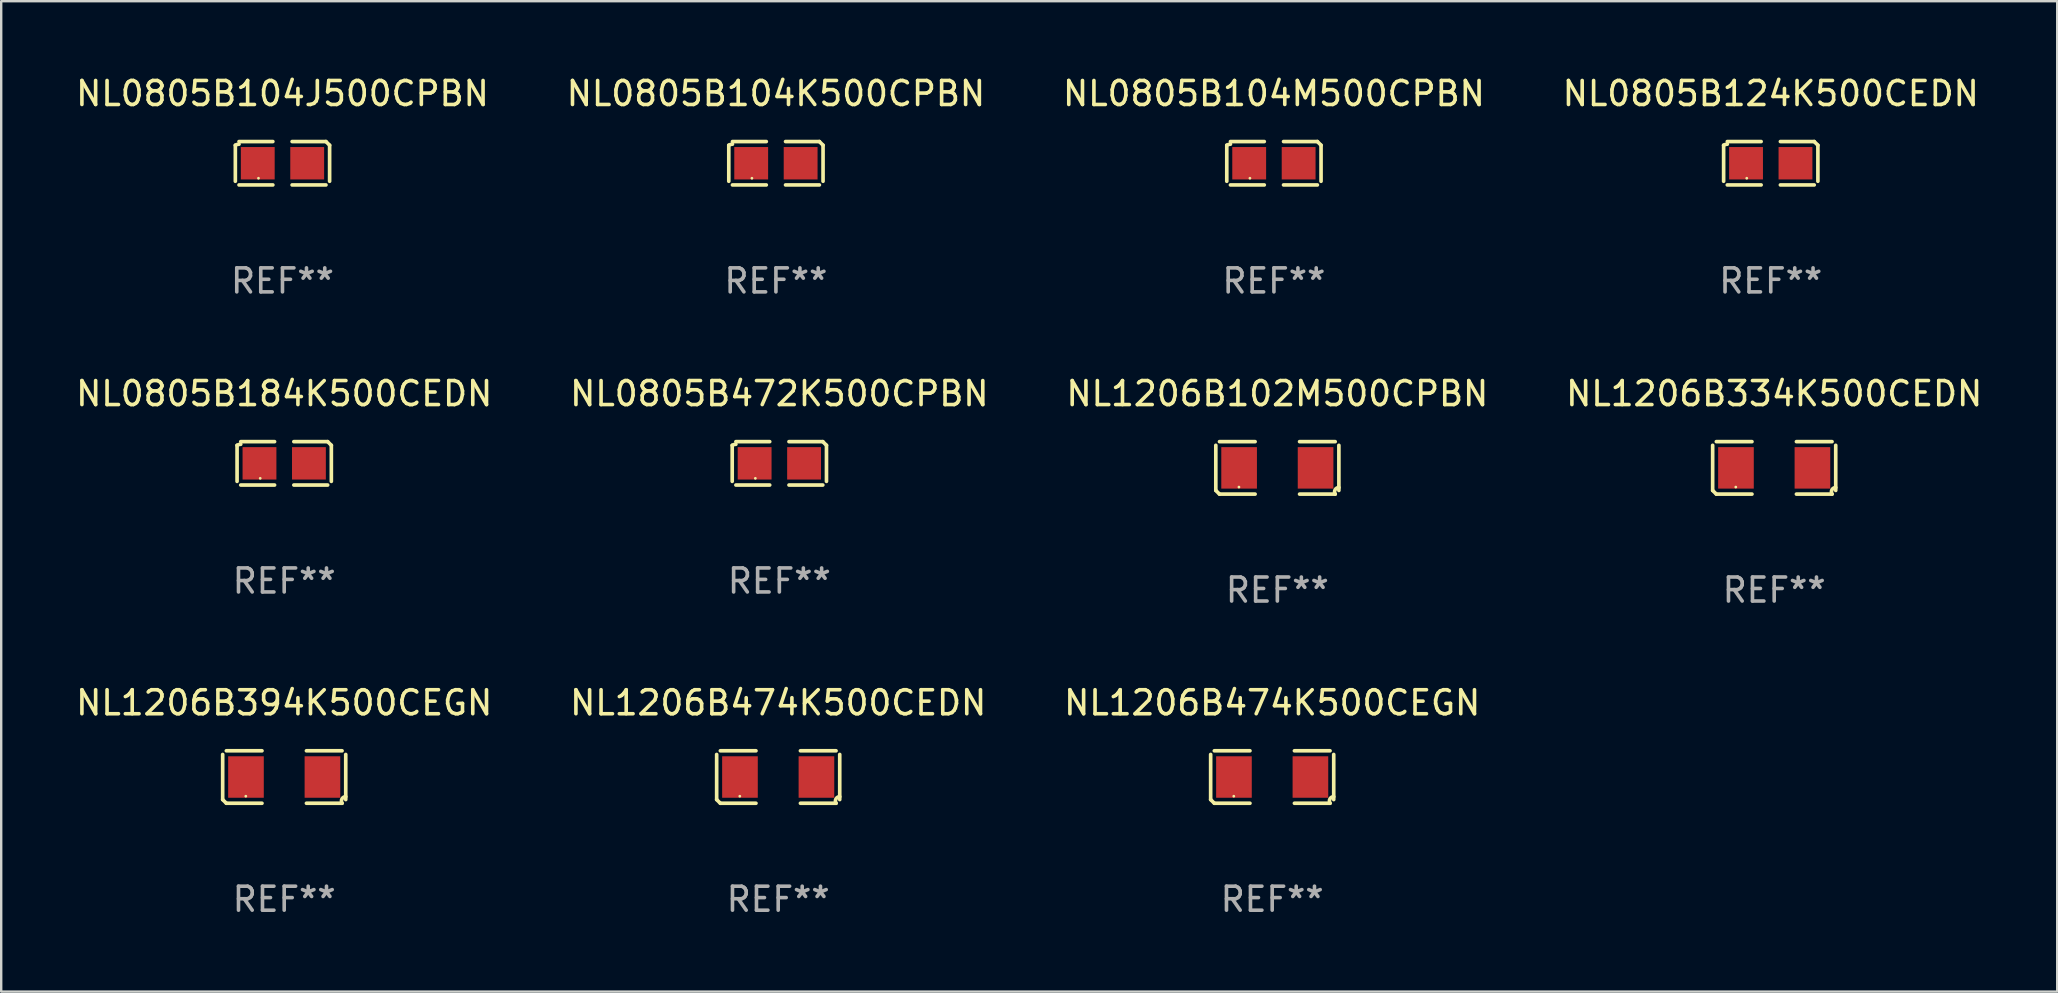
<source format=kicad_pcb>
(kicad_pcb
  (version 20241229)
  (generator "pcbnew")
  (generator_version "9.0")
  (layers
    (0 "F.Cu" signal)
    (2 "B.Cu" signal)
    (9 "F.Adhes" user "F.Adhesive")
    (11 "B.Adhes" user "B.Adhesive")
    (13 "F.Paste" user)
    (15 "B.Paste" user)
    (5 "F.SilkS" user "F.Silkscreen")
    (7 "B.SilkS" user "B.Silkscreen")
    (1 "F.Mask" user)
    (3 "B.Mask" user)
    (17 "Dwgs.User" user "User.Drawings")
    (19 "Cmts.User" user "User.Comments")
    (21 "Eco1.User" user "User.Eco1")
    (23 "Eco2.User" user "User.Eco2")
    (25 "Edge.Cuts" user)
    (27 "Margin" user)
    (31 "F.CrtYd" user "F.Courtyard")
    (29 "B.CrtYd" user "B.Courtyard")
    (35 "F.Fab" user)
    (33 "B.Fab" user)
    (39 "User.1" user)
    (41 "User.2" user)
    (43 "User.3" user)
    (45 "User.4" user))
  (footprint "NL0805B104M500CPBN"
    (layer "F.Cu")
    (at 50.03 3.752)
    (property "Reference" "NL0805B104M500CPBN" (at 0 -2.904 0) (layer "F.SilkS") (effects (font (size 1 1) (thickness 0.15))))
    (attr through_hole)
    (fp_line (start -1.964 0.751) (end -1.964 -0.751) (stroke (width 0.152) (type solid)) (layer "F.SilkS"))
    (fp_line (start -1.811 -0.904) (end -0.401 -0.904) (stroke (width 0.152) (type solid)) (layer "F.SilkS"))
    (fp_line (start -0.401 0.904) (end -1.811 0.904) (stroke (width 0.152) (type solid)) (layer "F.SilkS"))
    (fp_line (start 0.401 0.904) (end 1.811 0.904) (stroke (width 0.152) (type solid)) (layer "F.SilkS"))
    (fp_line (start 1.811 -0.904) (end 0.401 -0.904) (stroke (width 0.152) (type solid)) (layer "F.SilkS"))
    (fp_line (start 1.964 0.751) (end 1.964 -0.751) (stroke (width 0.152) (type solid)) (layer "F.SilkS"))
    (fp_arc (start -1.963602 -0.751207) (mid -1.890354 -0.783131) (end -1.811201 -0.794044) (stroke (width 0.1524) (type solid)) (layer "F.SilkS"))
    (fp_arc (start 1.811202 -0.903607) (mid 1.887413 -0.827418) (end 1.963602 -0.751207) (stroke (width 0.1524) (type solid)) (layer "F.SilkS"))
    (fp_circle (center -1 0.625) (end -0.97 0.625) (stroke (width 0.06) (type solid)) (fill no) (layer "F.SilkS"))
    (fp_text user "REF**" (at 0 4.904 0) (layer "F.Fab") (effects (font (size 1 1) (thickness 0.15))))
    (pad "1" smd rect (at -1.03 0) (size 1.41 1.35) (layers "F.Cu" "F.Mask" "F.Paste"))
    (pad "2" smd rect (at 1.03 0) (size 1.41 1.35) (layers "F.Cu" "F.Mask" "F.Paste")))
  (footprint "NL0805B124K500CEDN"
    (layer "F.Cu")
    (at 70.732 3.752)
    (property "Reference" "NL0805B124K500CEDN" (at 0 -2.904 0) (layer "F.SilkS") (effects (font (size 1 1) (thickness 0.15))))
    (attr through_hole)
    (fp_line (start -1.964 0.751) (end -1.964 -0.751) (stroke (width 0.152) (type solid)) (layer "F.SilkS"))
    (fp_line (start -1.811 -0.904) (end -0.401 -0.904) (stroke (width 0.152) (type solid)) (layer "F.SilkS"))
    (fp_line (start -0.401 0.904) (end -1.811 0.904) (stroke (width 0.152) (type solid)) (layer "F.SilkS"))
    (fp_line (start 0.401 0.904) (end 1.811 0.904) (stroke (width 0.152) (type solid)) (layer "F.SilkS"))
    (fp_line (start 1.811 -0.904) (end 0.401 -0.904) (stroke (width 0.152) (type solid)) (layer "F.SilkS"))
    (fp_line (start 1.964 0.751) (end 1.964 -0.751) (stroke (width 0.152) (type solid)) (layer "F.SilkS"))
    (fp_arc (start -1.963602 -0.751207) (mid -1.890354 -0.783131) (end -1.811201 -0.794044) (stroke (width 0.1524) (type solid)) (layer "F.SilkS"))
    (fp_arc (start 1.811202 -0.903607) (mid 1.887413 -0.827418) (end 1.963602 -0.751207) (stroke (width 0.1524) (type solid)) (layer "F.SilkS"))
    (fp_circle (center -1 0.625) (end -0.97 0.625) (stroke (width 0.06) (type solid)) (fill no) (layer "F.SilkS"))
    (fp_text user "REF**" (at 0 4.904 0) (layer "F.Fab") (effects (font (size 1 1) (thickness 0.15))))
    (pad "1" smd rect (at -1.03 0) (size 1.41 1.35) (layers "F.Cu" "F.Mask" "F.Paste"))
    (pad "2" smd rect (at 1.03 0) (size 1.41 1.35) (layers "F.Cu" "F.Mask" "F.Paste")))
  (footprint "NL1206B474K500CEDN"
    (layer "F.Cu")
    (at 29.375 29.326)
    (property "Reference" "NL1206B474K500CEDN" (at 0 -3.093 0) (layer "F.SilkS") (effects (font (size 1 1) (thickness 0.15))))
    (attr through_hole)
    (fp_line (start -2.564 0.94) (end -2.564 -0.94) (stroke (width 0.152) (type solid)) (layer "F.SilkS"))
    (fp_line (start -2.411 -1.093) (end -0.926 -1.093) (stroke (width 0.152) (type solid)) (layer "F.SilkS"))
    (fp_line (start -0.926 1.093) (end -2.411 1.093) (stroke (width 0.152) (type solid)) (layer "F.SilkS"))
    (fp_line (start 0.926 1.093) (end 2.411 1.093) (stroke (width 0.152) (type solid)) (layer "F.SilkS"))
    (fp_line (start 2.411 -1.093) (end 0.926 -1.093) (stroke (width 0.152) (type solid)) (layer "F.SilkS"))
    (fp_line (start 2.564 0.94) (end 2.564 -0.94) (stroke (width 0.152) (type solid)) (layer "F.SilkS"))
    (fp_arc (start -2.411201 1.092609) (mid -2.487413 1.01642) (end -2.563602 0.940208) (stroke (width 0.1524) (type solid)) (layer "F.SilkS"))
    (fp_arc (start 2.411201 1.092609) (mid 2.407159 0.911226) (end 2.563602 0.819347) (stroke (width 0.1524) (type solid)) (layer "F.SilkS"))
    (fp_circle (center -1.6 0.8) (end -1.57 0.8) (stroke (width 0.06) (type solid)) (fill no) (layer "F.SilkS"))
    (fp_text user "REF**" (at 0 5.093 0) (layer "F.Fab") (effects (font (size 1 1) (thickness 0.15))))
    (pad "1" smd rect (at -1.593 0) (size 1.485 1.728) (layers "F.Cu" "F.Mask" "F.Paste"))
    (pad "2" smd rect (at 1.593 0) (size 1.485 1.728) (layers "F.Cu" "F.Mask" "F.Paste")))
  (footprint "NL0805B472K500CPBN"
    (layer "F.Cu")
    (at 29.423 16.256)
    (property "Reference" "NL0805B472K500CPBN" (at 0 -2.904 0) (layer "F.SilkS") (effects (font (size 1 1) (thickness 0.15))))
    (attr through_hole)
    (fp_line (start -1.964 0.751) (end -1.964 -0.751) (stroke (width 0.152) (type solid)) (layer "F.SilkS"))
    (fp_line (start -1.811 -0.904) (end -0.401 -0.904) (stroke (width 0.152) (type solid)) (layer "F.SilkS"))
    (fp_line (start -0.401 0.904) (end -1.811 0.904) (stroke (width 0.152) (type solid)) (layer "F.SilkS"))
    (fp_line (start 0.401 0.904) (end 1.811 0.904) (stroke (width 0.152) (type solid)) (layer "F.SilkS"))
    (fp_line (start 1.811 -0.904) (end 0.401 -0.904) (stroke (width 0.152) (type solid)) (layer "F.SilkS"))
    (fp_line (start 1.964 0.751) (end 1.964 -0.751) (stroke (width 0.152) (type solid)) (layer "F.SilkS"))
    (fp_arc (start -1.963602 -0.751207) (mid -1.890354 -0.783131) (end -1.811201 -0.794044) (stroke (width 0.1524) (type solid)) (layer "F.SilkS"))
    (fp_arc (start 1.811202 -0.903607) (mid 1.887413 -0.827418) (end 1.963602 -0.751207) (stroke (width 0.1524) (type solid)) (layer "F.SilkS"))
    (fp_circle (center -1 0.625) (end -0.97 0.625) (stroke (width 0.06) (type solid)) (fill no) (layer "F.SilkS"))
    (fp_text user "REF**" (at 0 4.904 0) (layer "F.Fab") (effects (font (size 1 1) (thickness 0.15))))
    (pad "1" smd rect (at -1.03 0) (size 1.41 1.35) (layers "F.Cu" "F.Mask" "F.Paste"))
    (pad "2" smd rect (at 1.03 0) (size 1.41 1.35) (layers "F.Cu" "F.Mask" "F.Paste")))
  (footprint "NL0805B104K500CPBN"
    (layer "F.Cu")
    (at 29.28 3.752)
    (property "Reference" "NL0805B104K500CPBN" (at 0 -2.904 0) (layer "F.SilkS") (effects (font (size 1 1) (thickness 0.15))))
    (attr through_hole)
    (fp_line (start -1.964 0.751) (end -1.964 -0.751) (stroke (width 0.152) (type solid)) (layer "F.SilkS"))
    (fp_line (start -1.811 -0.904) (end -0.401 -0.904) (stroke (width 0.152) (type solid)) (layer "F.SilkS"))
    (fp_line (start -0.401 0.904) (end -1.811 0.904) (stroke (width 0.152) (type solid)) (layer "F.SilkS"))
    (fp_line (start 0.401 0.904) (end 1.811 0.904) (stroke (width 0.152) (type solid)) (layer "F.SilkS"))
    (fp_line (start 1.811 -0.904) (end 0.401 -0.904) (stroke (width 0.152) (type solid)) (layer "F.SilkS"))
    (fp_line (start 1.964 0.751) (end 1.964 -0.751) (stroke (width 0.152) (type solid)) (layer "F.SilkS"))
    (fp_arc (start -1.963602 -0.751207) (mid -1.890354 -0.783131) (end -1.811201 -0.794044) (stroke (width 0.1524) (type solid)) (layer "F.SilkS"))
    (fp_arc (start 1.811202 -0.903607) (mid 1.887413 -0.827418) (end 1.963602 -0.751207) (stroke (width 0.1524) (type solid)) (layer "F.SilkS"))
    (fp_circle (center -1 0.625) (end -0.97 0.625) (stroke (width 0.06) (type solid)) (fill no) (layer "F.SilkS"))
    (fp_text user "REF**" (at 0 4.904 0) (layer "F.Fab") (effects (font (size 1 1) (thickness 0.15))))
    (pad "1" smd rect (at -1.03 0) (size 1.41 1.35) (layers "F.Cu" "F.Mask" "F.Paste"))
    (pad "2" smd rect (at 1.03 0) (size 1.41 1.35) (layers "F.Cu" "F.Mask" "F.Paste")))
  (footprint "NL1206B474K500CEGN"
    (layer "F.Cu")
    (at 49.958 29.326)
    (property "Reference" "NL1206B474K500CEGN" (at 0 -3.093 0) (layer "F.SilkS") (effects (font (size 1 1) (thickness 0.15))))
    (attr through_hole)
    (fp_line (start -2.564 0.94) (end -2.564 -0.94) (stroke (width 0.152) (type solid)) (layer "F.SilkS"))
    (fp_line (start -2.411 -1.093) (end -0.926 -1.093) (stroke (width 0.152) (type solid)) (layer "F.SilkS"))
    (fp_line (start -0.926 1.093) (end -2.411 1.093) (stroke (width 0.152) (type solid)) (layer "F.SilkS"))
    (fp_line (start 0.926 1.093) (end 2.411 1.093) (stroke (width 0.152) (type solid)) (layer "F.SilkS"))
    (fp_line (start 2.411 -1.093) (end 0.926 -1.093) (stroke (width 0.152) (type solid)) (layer "F.SilkS"))
    (fp_line (start 2.564 0.94) (end 2.564 -0.94) (stroke (width 0.152) (type solid)) (layer "F.SilkS"))
    (fp_arc (start -2.411201 1.092609) (mid -2.487413 1.01642) (end -2.563602 0.940208) (stroke (width 0.1524) (type solid)) (layer "F.SilkS"))
    (fp_arc (start 2.411201 1.092609) (mid 2.407159 0.911226) (end 2.563602 0.819347) (stroke (width 0.1524) (type solid)) (layer "F.SilkS"))
    (fp_circle (center -1.6 0.8) (end -1.57 0.8) (stroke (width 0.06) (type solid)) (fill no) (layer "F.SilkS"))
    (fp_text user "REF**" (at 0 5.093 0) (layer "F.Fab") (effects (font (size 1 1) (thickness 0.15))))
    (pad "1" smd rect (at -1.593 0) (size 1.485 1.728) (layers "F.Cu" "F.Mask" "F.Paste"))
    (pad "2" smd rect (at 1.593 0) (size 1.485 1.728) (layers "F.Cu" "F.Mask" "F.Paste")))
  (footprint "NL1206B334K500CEDN"
    (layer "F.Cu")
    (at 70.875 16.445)
    (property "Reference" "NL1206B334K500CEDN" (at 0 -3.093 0) (layer "F.SilkS") (effects (font (size 1 1) (thickness 0.15))))
    (attr through_hole)
    (fp_line (start -2.564 0.94) (end -2.564 -0.94) (stroke (width 0.152) (type solid)) (layer "F.SilkS"))
    (fp_line (start -2.411 -1.093) (end -0.926 -1.093) (stroke (width 0.152) (type solid)) (layer "F.SilkS"))
    (fp_line (start -0.926 1.093) (end -2.411 1.093) (stroke (width 0.152) (type solid)) (layer "F.SilkS"))
    (fp_line (start 0.926 1.093) (end 2.411 1.093) (stroke (width 0.152) (type solid)) (layer "F.SilkS"))
    (fp_line (start 2.411 -1.093) (end 0.926 -1.093) (stroke (width 0.152) (type solid)) (layer "F.SilkS"))
    (fp_line (start 2.564 0.94) (end 2.564 -0.94) (stroke (width 0.152) (type solid)) (layer "F.SilkS"))
    (fp_arc (start -2.411201 1.092609) (mid -2.487413 1.01642) (end -2.563602 0.940208) (stroke (width 0.1524) (type solid)) (layer "F.SilkS"))
    (fp_arc (start 2.411201 1.092609) (mid 2.407159 0.911226) (end 2.563602 0.819347) (stroke (width 0.1524) (type solid)) (layer "F.SilkS"))
    (fp_circle (center -1.6 0.8) (end -1.57 0.8) (stroke (width 0.06) (type solid)) (fill no) (layer "F.SilkS"))
    (fp_text user "REF**" (at 0 5.093 0) (layer "F.Fab") (effects (font (size 1 1) (thickness 0.15))))
    (pad "1" smd rect (at -1.593 0) (size 1.485 1.728) (layers "F.Cu" "F.Mask" "F.Paste"))
    (pad "2" smd rect (at 1.593 0) (size 1.485 1.728) (layers "F.Cu" "F.Mask" "F.Paste")))
  (footprint "NL1206B394K500CEGN"
    (layer "F.Cu")
    (at 8.792 29.326)
    (property "Reference" "NL1206B394K500CEGN" (at 0 -3.093 0) (layer "F.SilkS") (effects (font (size 1 1) (thickness 0.15))))
    (attr through_hole)
    (fp_line (start -2.564 0.94) (end -2.564 -0.94) (stroke (width 0.152) (type solid)) (layer "F.SilkS"))
    (fp_line (start -2.411 -1.093) (end -0.926 -1.093) (stroke (width 0.152) (type solid)) (layer "F.SilkS"))
    (fp_line (start -0.926 1.093) (end -2.411 1.093) (stroke (width 0.152) (type solid)) (layer "F.SilkS"))
    (fp_line (start 0.926 1.093) (end 2.411 1.093) (stroke (width 0.152) (type solid)) (layer "F.SilkS"))
    (fp_line (start 2.411 -1.093) (end 0.926 -1.093) (stroke (width 0.152) (type solid)) (layer "F.SilkS"))
    (fp_line (start 2.564 0.94) (end 2.564 -0.94) (stroke (width 0.152) (type solid)) (layer "F.SilkS"))
    (fp_arc (start -2.411201 1.092609) (mid -2.487413 1.01642) (end -2.563602 0.940208) (stroke (width 0.1524) (type solid)) (layer "F.SilkS"))
    (fp_arc (start 2.411201 1.092609) (mid 2.407159 0.911226) (end 2.563602 0.819347) (stroke (width 0.1524) (type solid)) (layer "F.SilkS"))
    (fp_circle (center -1.6 0.8) (end -1.57 0.8) (stroke (width 0.06) (type solid)) (fill no) (layer "F.SilkS"))
    (fp_text user "REF**" (at 0 5.093 0) (layer "F.Fab") (effects (font (size 1 1) (thickness 0.15))))
    (pad "1" smd rect (at -1.593 0) (size 1.485 1.728) (layers "F.Cu" "F.Mask" "F.Paste"))
    (pad "2" smd rect (at 1.593 0) (size 1.485 1.728) (layers "F.Cu" "F.Mask" "F.Paste")))
  (footprint "NL0805B184K500CEDN"
    (layer "F.Cu")
    (at 8.792 16.256)
    (property "Reference" "NL0805B184K500CEDN" (at 0 -2.904 0) (layer "F.SilkS") (effects (font (size 1 1) (thickness 0.15))))
    (attr through_hole)
    (fp_line (start -1.964 0.751) (end -1.964 -0.751) (stroke (width 0.152) (type solid)) (layer "F.SilkS"))
    (fp_line (start -1.811 -0.904) (end -0.401 -0.904) (stroke (width 0.152) (type solid)) (layer "F.SilkS"))
    (fp_line (start -0.401 0.904) (end -1.811 0.904) (stroke (width 0.152) (type solid)) (layer "F.SilkS"))
    (fp_line (start 0.401 0.904) (end 1.811 0.904) (stroke (width 0.152) (type solid)) (layer "F.SilkS"))
    (fp_line (start 1.811 -0.904) (end 0.401 -0.904) (stroke (width 0.152) (type solid)) (layer "F.SilkS"))
    (fp_line (start 1.964 0.751) (end 1.964 -0.751) (stroke (width 0.152) (type solid)) (layer "F.SilkS"))
    (fp_arc (start -1.963602 -0.751207) (mid -1.890354 -0.783131) (end -1.811201 -0.794044) (stroke (width 0.1524) (type solid)) (layer "F.SilkS"))
    (fp_arc (start 1.811202 -0.903607) (mid 1.887413 -0.827418) (end 1.963602 -0.751207) (stroke (width 0.1524) (type solid)) (layer "F.SilkS"))
    (fp_circle (center -1 0.625) (end -0.97 0.625) (stroke (width 0.06) (type solid)) (fill no) (layer "F.SilkS"))
    (fp_text user "REF**" (at 0 4.904 0) (layer "F.Fab") (effects (font (size 1 1) (thickness 0.15))))
    (pad "1" smd rect (at -1.03 0) (size 1.41 1.35) (layers "F.Cu" "F.Mask" "F.Paste"))
    (pad "2" smd rect (at 1.03 0) (size 1.41 1.35) (layers "F.Cu" "F.Mask" "F.Paste")))
  (footprint "NL1206B102M500CPBN"
    (layer "F.Cu")
    (at 50.173 16.445)
    (property "Reference" "NL1206B102M500CPBN" (at 0 -3.093 0) (layer "F.SilkS") (effects (font (size 1 1) (thickness 0.15))))
    (attr through_hole)
    (fp_line (start -2.564 0.94) (end -2.564 -0.94) (stroke (width 0.152) (type solid)) (layer "F.SilkS"))
    (fp_line (start -2.411 -1.093) (end -0.926 -1.093) (stroke (width 0.152) (type solid)) (layer "F.SilkS"))
    (fp_line (start -0.926 1.093) (end -2.411 1.093) (stroke (width 0.152) (type solid)) (layer "F.SilkS"))
    (fp_line (start 0.926 1.093) (end 2.411 1.093) (stroke (width 0.152) (type solid)) (layer "F.SilkS"))
    (fp_line (start 2.411 -1.093) (end 0.926 -1.093) (stroke (width 0.152) (type solid)) (layer "F.SilkS"))
    (fp_line (start 2.564 0.94) (end 2.564 -0.94) (stroke (width 0.152) (type solid)) (layer "F.SilkS"))
    (fp_arc (start -2.411201 1.092609) (mid -2.487413 1.01642) (end -2.563602 0.940208) (stroke (width 0.1524) (type solid)) (layer "F.SilkS"))
    (fp_arc (start 2.411201 1.092609) (mid 2.407159 0.911226) (end 2.563602 0.819347) (stroke (width 0.1524) (type solid)) (layer "F.SilkS"))
    (fp_circle (center -1.6 0.8) (end -1.57 0.8) (stroke (width 0.06) (type solid)) (fill no) (layer "F.SilkS"))
    (fp_text user "REF**" (at 0 5.093 0) (layer "F.Fab") (effects (font (size 1 1) (thickness 0.15))))
    (pad "1" smd rect (at -1.593 0) (size 1.485 1.728) (layers "F.Cu" "F.Mask" "F.Paste"))
    (pad "2" smd rect (at 1.593 0) (size 1.485 1.728) (layers "F.Cu" "F.Mask" "F.Paste")))
  (footprint "NL0805B104J500CPBN"
    (layer "F.Cu")
    (at 8.72 3.752)
    (property "Reference" "NL0805B104J500CPBN" (at 0 -2.904 0) (layer "F.SilkS") (effects (font (size 1 1) (thickness 0.15))))
    (attr through_hole)
    (fp_line (start -1.964 0.751) (end -1.964 -0.751) (stroke (width 0.152) (type solid)) (layer "F.SilkS"))
    (fp_line (start -1.811 -0.904) (end -0.401 -0.904) (stroke (width 0.152) (type solid)) (layer "F.SilkS"))
    (fp_line (start -0.401 0.904) (end -1.811 0.904) (stroke (width 0.152) (type solid)) (layer "F.SilkS"))
    (fp_line (start 0.401 0.904) (end 1.811 0.904) (stroke (width 0.152) (type solid)) (layer "F.SilkS"))
    (fp_line (start 1.811 -0.904) (end 0.401 -0.904) (stroke (width 0.152) (type solid)) (layer "F.SilkS"))
    (fp_line (start 1.964 0.751) (end 1.964 -0.751) (stroke (width 0.152) (type solid)) (layer "F.SilkS"))
    (fp_arc (start -1.963602 -0.751207) (mid -1.890354 -0.783131) (end -1.811201 -0.794044) (stroke (width 0.1524) (type solid)) (layer "F.SilkS"))
    (fp_arc (start 1.811202 -0.903607) (mid 1.887413 -0.827418) (end 1.963602 -0.751207) (stroke (width 0.1524) (type solid)) (layer "F.SilkS"))
    (fp_circle (center -1 0.625) (end -0.97 0.625) (stroke (width 0.06) (type solid)) (fill no) (layer "F.SilkS"))
    (fp_text user "REF**" (at 0 4.904 0) (layer "F.Fab") (effects (font (size 1 1) (thickness 0.15))))
    (pad "1" smd rect (at -1.03 0) (size 1.41 1.35) (layers "F.Cu" "F.Mask" "F.Paste"))
    (pad "2" smd rect (at 1.03 0) (size 1.41 1.35) (layers "F.Cu" "F.Mask" "F.Paste")))
  (gr_rect
    (start -3 -3)
    (end 82.667 38.267)
    (stroke (width 0.1) (type default))
    (fill no)
    (layer "Edge.Cuts")))
</source>
